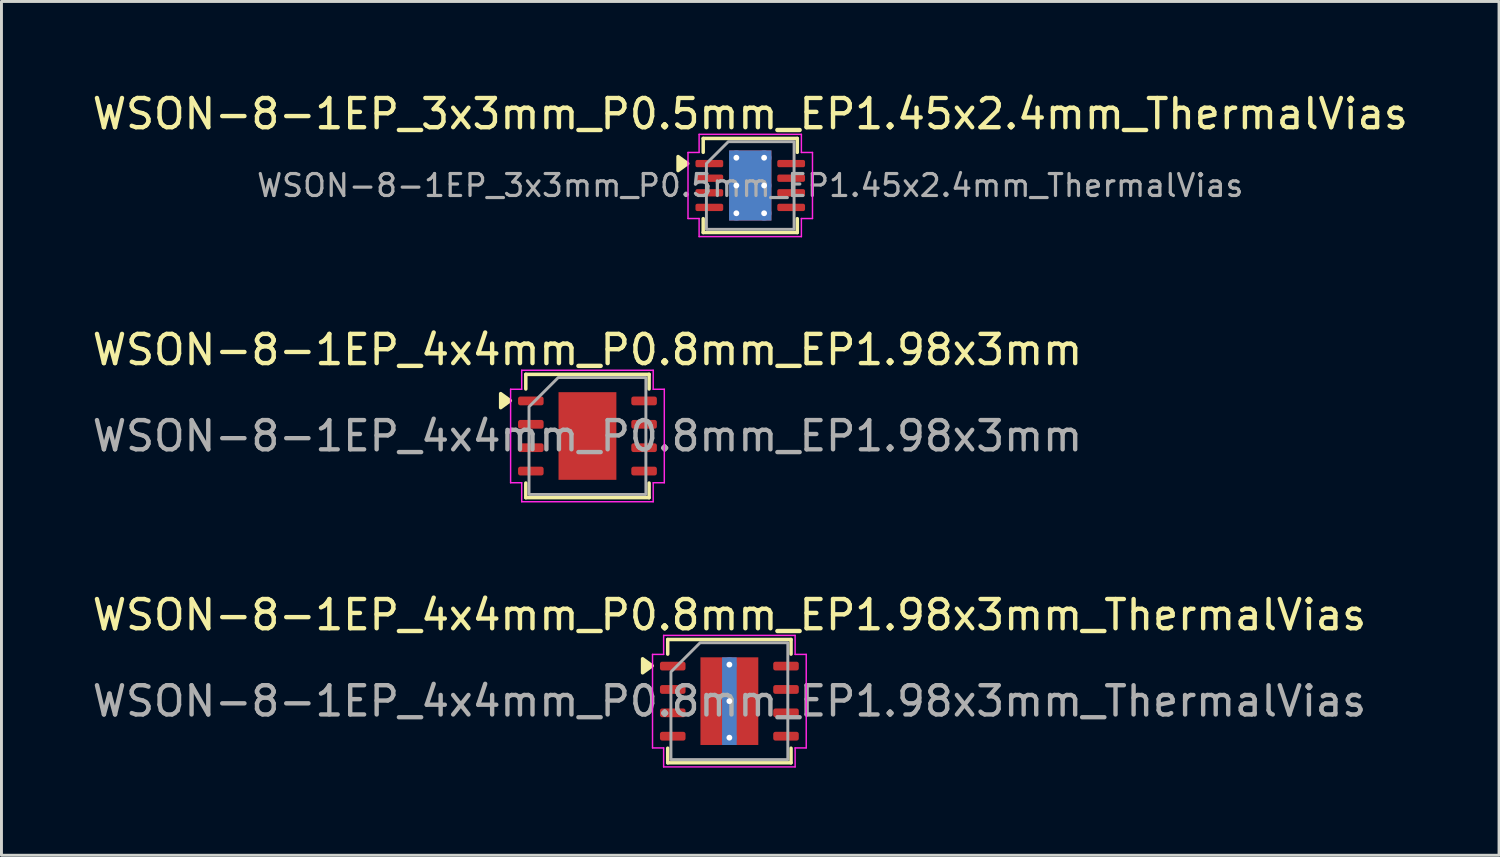
<source format=kicad_pcb>
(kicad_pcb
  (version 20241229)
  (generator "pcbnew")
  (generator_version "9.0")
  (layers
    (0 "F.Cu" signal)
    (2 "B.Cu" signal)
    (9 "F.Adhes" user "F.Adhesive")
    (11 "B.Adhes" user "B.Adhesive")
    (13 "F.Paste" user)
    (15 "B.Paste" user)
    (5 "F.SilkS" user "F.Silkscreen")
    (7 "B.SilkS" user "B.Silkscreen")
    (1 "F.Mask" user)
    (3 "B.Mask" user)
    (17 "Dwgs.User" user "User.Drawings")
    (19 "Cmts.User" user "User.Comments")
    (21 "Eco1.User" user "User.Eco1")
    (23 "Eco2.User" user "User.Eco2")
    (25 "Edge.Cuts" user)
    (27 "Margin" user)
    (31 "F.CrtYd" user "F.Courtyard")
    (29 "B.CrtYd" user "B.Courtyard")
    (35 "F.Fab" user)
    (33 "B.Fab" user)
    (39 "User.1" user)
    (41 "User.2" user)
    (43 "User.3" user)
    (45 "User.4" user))
  (footprint "WSON-8-1EP_4x4mm_P0.8mm_EP1.98x3mm"
    (layer "F.Cu")
    (at 17.054 11.871)
    (property "Reference" "WSON-8-1EP_4x4mm_P0.8mm_EP1.98x3mm" (at 0 -2.95 0) (layer "F.SilkS") (effects (font (size 1 1) (thickness 0.15))))
    (attr smd)
    (fp_line (start -2.11 -2.11) (end 2.11 -2.11) (stroke (width 0.12) (type solid)) (layer "F.SilkS"))
    (fp_line (start -2.11 -1.61) (end -2.11 -2.11) (stroke (width 0.12) (type solid)) (layer "F.SilkS"))
    (fp_line (start -2.11 2.11) (end -2.11 1.61) (stroke (width 0.12) (type solid)) (layer "F.SilkS"))
    (fp_line (start 2.11 -2.11) (end 2.11 -1.61) (stroke (width 0.12) (type solid)) (layer "F.SilkS"))
    (fp_line (start 2.11 1.61) (end 2.11 2.11) (stroke (width 0.12) (type solid)) (layer "F.SilkS"))
    (fp_line (start 2.11 2.11) (end -2.11 2.11) (stroke (width 0.12) (type solid)) (layer "F.SilkS"))
    (fp_poly (pts (xy -2.64 -1.21) (xy -2.97 -0.97) (xy -2.97 -1.45)) (stroke (width 0.12) (type solid)) (fill yes) (layer "F.SilkS"))
    (fp_line (start -2.63 -1.6) (end -2.25 -1.6) (stroke (width 0.05) (type solid)) (layer "F.CrtYd"))
    (fp_line (start -2.63 1.6) (end -2.63 -1.6) (stroke (width 0.05) (type solid)) (layer "F.CrtYd"))
    (fp_line (start -2.25 -2.25) (end 2.25 -2.25) (stroke (width 0.05) (type solid)) (layer "F.CrtYd"))
    (fp_line (start -2.25 -1.6) (end -2.25 -2.25) (stroke (width 0.05) (type solid)) (layer "F.CrtYd"))
    (fp_line (start -2.25 1.6) (end -2.63 1.6) (stroke (width 0.05) (type solid)) (layer "F.CrtYd"))
    (fp_line (start -2.25 2.25) (end -2.25 1.6) (stroke (width 0.05) (type solid)) (layer "F.CrtYd"))
    (fp_line (start 2.25 -2.25) (end 2.25 -1.6) (stroke (width 0.05) (type solid)) (layer "F.CrtYd"))
    (fp_line (start 2.25 -1.6) (end 2.63 -1.6) (stroke (width 0.05) (type solid)) (layer "F.CrtYd"))
    (fp_line (start 2.25 1.6) (end 2.25 2.25) (stroke (width 0.05) (type solid)) (layer "F.CrtYd"))
    (fp_line (start 2.25 2.25) (end -2.25 2.25) (stroke (width 0.05) (type solid)) (layer "F.CrtYd"))
    (fp_line (start 2.63 -1.6) (end 2.63 1.6) (stroke (width 0.05) (type solid)) (layer "F.CrtYd"))
    (fp_line (start 2.63 1.6) (end 2.25 1.6) (stroke (width 0.05) (type solid)) (layer "F.CrtYd"))
    (fp_poly (pts (xy -2 -1) (xy -2 2) (xy 2 2) (xy 2 -2) (xy -1 -2)) (stroke (width 0.1) (type solid)) (fill no) (layer "F.Fab"))
    (fp_text user "${REFERENCE}" (at 0 0 0) (layer "F.Fab") (effects (font (size 1 1) (thickness 0.15))))
    (pad "" smd roundrect (at -0.495 -0.75) (size 0.8 1.21) (layers "F.Paste") (roundrect_rratio 0.25))
    (pad "" smd roundrect (at -0.495 0.75) (size 0.8 1.21) (layers "F.Paste") (roundrect_rratio 0.25))
    (pad "" smd roundrect (at 0.495 -0.75) (size 0.8 1.21) (layers "F.Paste") (roundrect_rratio 0.25))
    (pad "" smd roundrect (at 0.495 0.75) (size 0.8 1.21) (layers "F.Paste") (roundrect_rratio 0.25))
    (pad "1" smd roundrect (at -1.938 -1.2) (size 0.875 0.3) (layers "F.Cu" "F.Mask" "F.Paste") (roundrect_rratio 0.25))
    (pad "2" smd roundrect (at -1.938 -0.4) (size 0.875 0.3) (layers "F.Cu" "F.Mask" "F.Paste") (roundrect_rratio 0.25))
    (pad "3" smd roundrect (at -1.938 0.4) (size 0.875 0.3) (layers "F.Cu" "F.Mask" "F.Paste") (roundrect_rratio 0.25))
    (pad "4" smd roundrect (at -1.938 1.2) (size 0.875 0.3) (layers "F.Cu" "F.Mask" "F.Paste") (roundrect_rratio 0.25))
    (pad "5" smd roundrect (at 1.938 1.2) (size 0.875 0.3) (layers "F.Cu" "F.Mask" "F.Paste") (roundrect_rratio 0.25))
    (pad "6" smd roundrect (at 1.938 0.4) (size 0.875 0.3) (layers "F.Cu" "F.Mask" "F.Paste") (roundrect_rratio 0.25))
    (pad "7" smd roundrect (at 1.938 -0.4) (size 0.875 0.3) (layers "F.Cu" "F.Mask" "F.Paste") (roundrect_rratio 0.25))
    (pad "8" smd roundrect (at 1.938 -1.2) (size 0.875 0.3) (layers "F.Cu" "F.Mask" "F.Paste") (roundrect_rratio 0.25))
    (pad "9" smd rect (at 0 0) (size 1.98 3) (property pad_prop_heatsink) (layers "F.Cu" "F.Mask")))
  (footprint "WSON-8-1EP_3x3mm_P0.5mm_EP1.45x2.4mm_ThermalVias"
    (layer "F.Cu")
    (at 22.625 3.298)
    (property "Reference" "WSON-8-1EP_3x3mm_P0.5mm_EP1.45x2.4mm_ThermalVias" (at 0 -2.45 0) (layer "F.SilkS") (effects (font (size 1 1) (thickness 0.15))))
    (attr smd)
    (fp_line (start -1.61 -1.61) (end 1.61 -1.61) (stroke (width 0.12) (type solid)) (layer "F.SilkS"))
    (fp_line (start -1.61 -1.135) (end -1.61 -1.61) (stroke (width 0.12) (type solid)) (layer "F.SilkS"))
    (fp_line (start -1.61 1.61) (end -1.61 1.135) (stroke (width 0.12) (type solid)) (layer "F.SilkS"))
    (fp_line (start 1.61 -1.61) (end 1.61 -1.135) (stroke (width 0.12) (type solid)) (layer "F.SilkS"))
    (fp_line (start 1.61 1.135) (end 1.61 1.61) (stroke (width 0.12) (type solid)) (layer "F.SilkS"))
    (fp_line (start 1.61 1.61) (end -1.61 1.61) (stroke (width 0.12) (type solid)) (layer "F.SilkS"))
    (fp_poly (pts (xy -2.14 -0.75) (xy -2.47 -0.51) (xy -2.47 -0.99)) (stroke (width 0.12) (type solid)) (fill yes) (layer "F.SilkS"))
    (fp_line (start -2.13 -1.13) (end -1.75 -1.13) (stroke (width 0.05) (type solid)) (layer "F.CrtYd"))
    (fp_line (start -2.13 1.13) (end -2.13 -1.13) (stroke (width 0.05) (type solid)) (layer "F.CrtYd"))
    (fp_line (start -1.75 -1.75) (end 1.75 -1.75) (stroke (width 0.05) (type solid)) (layer "F.CrtYd"))
    (fp_line (start -1.75 -1.13) (end -1.75 -1.75) (stroke (width 0.05) (type solid)) (layer "F.CrtYd"))
    (fp_line (start -1.75 1.13) (end -2.13 1.13) (stroke (width 0.05) (type solid)) (layer "F.CrtYd"))
    (fp_line (start -1.75 1.75) (end -1.75 1.13) (stroke (width 0.05) (type solid)) (layer "F.CrtYd"))
    (fp_line (start 1.75 -1.75) (end 1.75 -1.13) (stroke (width 0.05) (type solid)) (layer "F.CrtYd"))
    (fp_line (start 1.75 -1.13) (end 2.13 -1.13) (stroke (width 0.05) (type solid)) (layer "F.CrtYd"))
    (fp_line (start 1.75 1.13) (end 1.75 1.75) (stroke (width 0.05) (type solid)) (layer "F.CrtYd"))
    (fp_line (start 1.75 1.75) (end -1.75 1.75) (stroke (width 0.05) (type solid)) (layer "F.CrtYd"))
    (fp_line (start 2.13 -1.13) (end 2.13 1.13) (stroke (width 0.05) (type solid)) (layer "F.CrtYd"))
    (fp_line (start 2.13 1.13) (end 1.75 1.13) (stroke (width 0.05) (type solid)) (layer "F.CrtYd"))
    (fp_poly (pts (xy -1.5 -0.75) (xy -1.5 1.5) (xy 1.5 1.5) (xy 1.5 -1.5) (xy -0.75 -1.5)) (stroke (width 0.1) (type solid)) (fill no) (layer "F.Fab"))
    (fp_text user "${REFERENCE}" (at 0 0 0) (layer "F.Fab") (effects (font (size 0.75 0.75) (thickness 0.11))))
    (pad "" smd roundrect (at 0 -0.6) (size 1.26 1.04) (layers "F.Paste") (roundrect_rratio 0.24))
    (pad "" smd roundrect (at 0 0.6) (size 1.26 1.04) (layers "F.Paste") (roundrect_rratio 0.24))
    (pad "1" smd roundrect (at -1.4 -0.75) (size 0.95 0.25) (layers "F.Cu" "F.Mask" "F.Paste") (roundrect_rratio 0.25))
    (pad "2" smd roundrect (at -1.4 -0.25) (size 0.95 0.25) (layers "F.Cu" "F.Mask" "F.Paste") (roundrect_rratio 0.25))
    (pad "3" smd roundrect (at -1.4 0.25) (size 0.95 0.25) (layers "F.Cu" "F.Mask" "F.Paste") (roundrect_rratio 0.25))
    (pad "4" smd roundrect (at -1.4 0.75) (size 0.95 0.25) (layers "F.Cu" "F.Mask" "F.Paste") (roundrect_rratio 0.25))
    (pad "5" smd roundrect (at 1.4 0.75) (size 0.95 0.25) (layers "F.Cu" "F.Mask" "F.Paste") (roundrect_rratio 0.25))
    (pad "6" smd roundrect (at 1.4 0.25) (size 0.95 0.25) (layers "F.Cu" "F.Mask" "F.Paste") (roundrect_rratio 0.25))
    (pad "7" smd roundrect (at 1.4 -0.25) (size 0.95 0.25) (layers "F.Cu" "F.Mask" "F.Paste") (roundrect_rratio 0.25))
    (pad "8" smd roundrect (at 1.4 -0.75) (size 0.95 0.25) (layers "F.Cu" "F.Mask" "F.Paste") (roundrect_rratio 0.25))
    (pad "9" thru_hole circle (at -0.475 -0.95) (size 0.5 0.5) (drill 0.2) (property pad_prop_heatsink) (layers "*.Cu"))
    (pad "9" thru_hole circle (at -0.475 0) (size 0.5 0.5) (drill 0.2) (property pad_prop_heatsink) (layers "*.Cu"))
    (pad "9" thru_hole circle (at -0.475 0.95) (size 0.5 0.5) (drill 0.2) (property pad_prop_heatsink) (layers "*.Cu"))
    (pad "9" smd rect (at 0 0) (size 1.45 2.4) (property pad_prop_heatsink) (layers "F.Cu" "F.Mask"))
    (pad "9" smd rect (at 0 0) (size 1.45 2.4) (property pad_prop_heatsink) (layers "B.Cu"))
    (pad "9" thru_hole circle (at 0.475 -0.95) (size 0.5 0.5) (drill 0.2) (property pad_prop_heatsink) (layers "*.Cu"))
    (pad "9" thru_hole circle (at 0.475 0) (size 0.5 0.5) (drill 0.2) (property pad_prop_heatsink) (layers "*.Cu"))
    (pad "9" thru_hole circle (at 0.475 0.95) (size 0.5 0.5) (drill 0.2) (property pad_prop_heatsink) (layers "*.Cu")))
  (footprint "WSON-8-1EP_4x4mm_P0.8mm_EP1.98x3mm_ThermalVias"
    (layer "F.Cu")
    (at 21.911 20.945)
    (property "Reference" "WSON-8-1EP_4x4mm_P0.8mm_EP1.98x3mm_ThermalVias" (at 0 -2.95 0) (layer "F.SilkS") (effects (font (size 1 1) (thickness 0.15))))
    (attr smd)
    (fp_line (start -2.11 -2.11) (end 2.11 -2.11) (stroke (width 0.12) (type solid)) (layer "F.SilkS"))
    (fp_line (start -2.11 -1.61) (end -2.11 -2.11) (stroke (width 0.12) (type solid)) (layer "F.SilkS"))
    (fp_line (start -2.11 2.11) (end -2.11 1.61) (stroke (width 0.12) (type solid)) (layer "F.SilkS"))
    (fp_line (start 2.11 -2.11) (end 2.11 -1.61) (stroke (width 0.12) (type solid)) (layer "F.SilkS"))
    (fp_line (start 2.11 1.61) (end 2.11 2.11) (stroke (width 0.12) (type solid)) (layer "F.SilkS"))
    (fp_line (start 2.11 2.11) (end -2.11 2.11) (stroke (width 0.12) (type solid)) (layer "F.SilkS"))
    (fp_poly (pts (xy -2.64 -1.21) (xy -2.97 -0.97) (xy -2.97 -1.45)) (stroke (width 0.12) (type solid)) (fill yes) (layer "F.SilkS"))
    (fp_line (start -2.63 -1.6) (end -2.25 -1.6) (stroke (width 0.05) (type solid)) (layer "F.CrtYd"))
    (fp_line (start -2.63 1.6) (end -2.63 -1.6) (stroke (width 0.05) (type solid)) (layer "F.CrtYd"))
    (fp_line (start -2.25 -2.25) (end 2.25 -2.25) (stroke (width 0.05) (type solid)) (layer "F.CrtYd"))
    (fp_line (start -2.25 -1.6) (end -2.25 -2.25) (stroke (width 0.05) (type solid)) (layer "F.CrtYd"))
    (fp_line (start -2.25 1.6) (end -2.63 1.6) (stroke (width 0.05) (type solid)) (layer "F.CrtYd"))
    (fp_line (start -2.25 2.25) (end -2.25 1.6) (stroke (width 0.05) (type solid)) (layer "F.CrtYd"))
    (fp_line (start 2.25 -2.25) (end 2.25 -1.6) (stroke (width 0.05) (type solid)) (layer "F.CrtYd"))
    (fp_line (start 2.25 -1.6) (end 2.63 -1.6) (stroke (width 0.05) (type solid)) (layer "F.CrtYd"))
    (fp_line (start 2.25 1.6) (end 2.25 2.25) (stroke (width 0.05) (type solid)) (layer "F.CrtYd"))
    (fp_line (start 2.25 2.25) (end -2.25 2.25) (stroke (width 0.05) (type solid)) (layer "F.CrtYd"))
    (fp_line (start 2.63 -1.6) (end 2.63 1.6) (stroke (width 0.05) (type solid)) (layer "F.CrtYd"))
    (fp_line (start 2.63 1.6) (end 2.25 1.6) (stroke (width 0.05) (type solid)) (layer "F.CrtYd"))
    (fp_poly (pts (xy -2 -1) (xy -2 2) (xy 2 2) (xy 2 -2) (xy -1 -2)) (stroke (width 0.1) (type solid)) (fill no) (layer "F.Fab"))
    (fp_text user "${REFERENCE}" (at 0 0 0) (layer "F.Fab") (effects (font (size 1 1) (thickness 0.15))))
    (pad "" smd roundrect (at -0.495 -0.75) (size 0.8 1.21) (layers "F.Paste") (roundrect_rratio 0.25))
    (pad "" smd roundrect (at -0.495 0.75) (size 0.8 1.21) (layers "F.Paste") (roundrect_rratio 0.25))
    (pad "" smd roundrect (at 0.495 -0.75) (size 0.8 1.21) (layers "F.Paste") (roundrect_rratio 0.25))
    (pad "" smd roundrect (at 0.495 0.75) (size 0.8 1.21) (layers "F.Paste") (roundrect_rratio 0.25))
    (pad "1" smd roundrect (at -1.938 -1.2) (size 0.875 0.3) (layers "F.Cu" "F.Mask" "F.Paste") (roundrect_rratio 0.25))
    (pad "2" smd roundrect (at -1.938 -0.4) (size 0.875 0.3) (layers "F.Cu" "F.Mask" "F.Paste") (roundrect_rratio 0.25))
    (pad "3" smd roundrect (at -1.938 0.4) (size 0.875 0.3) (layers "F.Cu" "F.Mask" "F.Paste") (roundrect_rratio 0.25))
    (pad "4" smd roundrect (at -1.938 1.2) (size 0.875 0.3) (layers "F.Cu" "F.Mask" "F.Paste") (roundrect_rratio 0.25))
    (pad "5" smd roundrect (at 1.938 1.2) (size 0.875 0.3) (layers "F.Cu" "F.Mask" "F.Paste") (roundrect_rratio 0.25))
    (pad "6" smd roundrect (at 1.938 0.4) (size 0.875 0.3) (layers "F.Cu" "F.Mask" "F.Paste") (roundrect_rratio 0.25))
    (pad "7" smd roundrect (at 1.938 -0.4) (size 0.875 0.3) (layers "F.Cu" "F.Mask" "F.Paste") (roundrect_rratio 0.25))
    (pad "8" smd roundrect (at 1.938 -1.2) (size 0.875 0.3) (layers "F.Cu" "F.Mask" "F.Paste") (roundrect_rratio 0.25))
    (pad "9" thru_hole circle (at 0 -1.25) (size 0.5 0.5) (drill 0.2) (property pad_prop_heatsink) (layers "*.Cu"))
    (pad "9" thru_hole circle (at 0 0) (size 0.5 0.5) (drill 0.2) (property pad_prop_heatsink) (layers "*.Cu"))
    (pad "9" smd rect (at 0 0) (size 0.5 3) (property pad_prop_heatsink) (layers "B.Cu"))
    (pad "9" smd rect (at 0 0) (size 1.98 3) (property pad_prop_heatsink) (layers "F.Cu" "F.Mask"))
    (pad "9" thru_hole circle (at 0 1.25) (size 0.5 0.5) (drill 0.2) (property pad_prop_heatsink) (layers "*.Cu")))
  (gr_rect
    (start -3 -3)
    (end 48.25 26.22)
    (stroke (width 0.1) (type default))
    (fill no)
    (layer "Edge.Cuts")))
</source>
